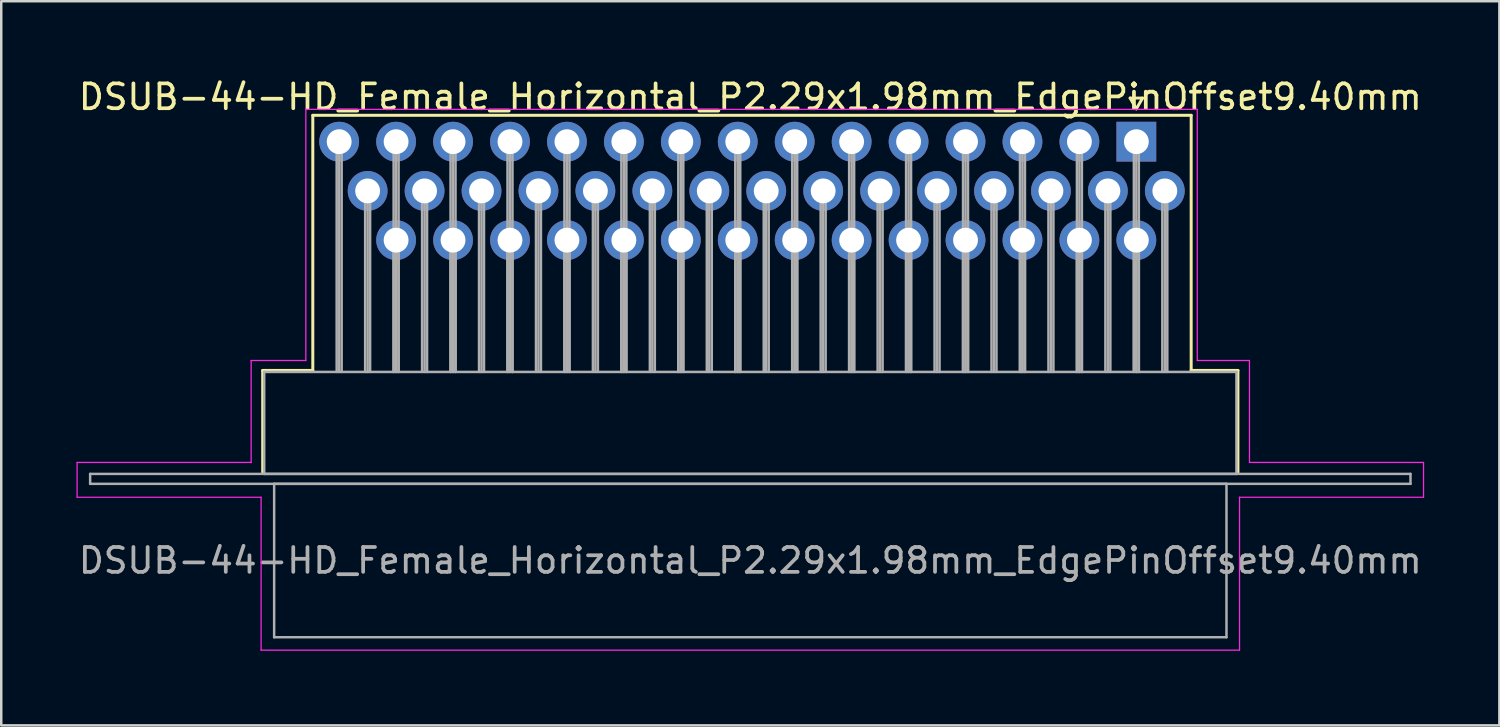
<source format=kicad_pcb>
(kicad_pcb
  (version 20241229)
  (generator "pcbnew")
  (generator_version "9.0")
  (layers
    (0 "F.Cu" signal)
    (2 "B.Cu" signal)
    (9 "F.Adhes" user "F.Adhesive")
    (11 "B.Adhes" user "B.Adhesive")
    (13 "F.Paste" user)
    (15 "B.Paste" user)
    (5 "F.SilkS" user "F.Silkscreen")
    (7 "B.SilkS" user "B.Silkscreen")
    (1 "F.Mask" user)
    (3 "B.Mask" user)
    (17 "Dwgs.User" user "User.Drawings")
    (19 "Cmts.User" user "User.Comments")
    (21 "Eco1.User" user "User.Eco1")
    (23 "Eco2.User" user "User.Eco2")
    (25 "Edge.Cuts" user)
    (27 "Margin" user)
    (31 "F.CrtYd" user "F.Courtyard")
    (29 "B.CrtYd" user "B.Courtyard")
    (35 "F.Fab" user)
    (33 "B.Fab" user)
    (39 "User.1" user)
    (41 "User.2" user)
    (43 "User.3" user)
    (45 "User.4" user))
  (footprint "DSUB-44-HD_Female_Horizontal_P2.29x1.98mm_EdgePinOffset9.40mm"
    (layer "F.Cu")
    (at 42.65 2.648)
    (property "Reference" "DSUB-44-HD_Female_Horizontal_P2.29x1.98mm_EdgePinOffset9.40mm" (at -15.525 -1.8 0) (layer "F.SilkS") (effects (font (size 1 1) (thickness 0.15))))
    (attr through_hole)
    (fp_line (start -35.135 9.2) (end -33.12 9.2) (stroke (width 0.12) (type solid)) (layer "F.SilkS"))
    (fp_line (start -35.135 13.3) (end -35.135 9.2) (stroke (width 0.12) (type solid)) (layer "F.SilkS"))
    (fp_line (start -33.12 -1.06) (end 2.205 -1.06) (stroke (width 0.12) (type solid)) (layer "F.SilkS"))
    (fp_line (start -33.12 9.2) (end -33.12 -1.06) (stroke (width 0.12) (type solid)) (layer "F.SilkS"))
    (fp_line (start -0.25 -1.754) (end 0.25 -1.754) (stroke (width 0.12) (type solid)) (layer "F.SilkS"))
    (fp_line (start 0 -1.321) (end -0.25 -1.754) (stroke (width 0.12) (type solid)) (layer "F.SilkS"))
    (fp_line (start 0.25 -1.754) (end 0 -1.321) (stroke (width 0.12) (type solid)) (layer "F.SilkS"))
    (fp_line (start 2.205 -1.06) (end 2.205 9.2) (stroke (width 0.12) (type solid)) (layer "F.SilkS"))
    (fp_line (start 2.205 9.2) (end 4.085 9.2) (stroke (width 0.12) (type solid)) (layer "F.SilkS"))
    (fp_line (start 4.085 9.2) (end 4.085 13.3) (stroke (width 0.12) (type solid)) (layer "F.SilkS"))
    (fp_line (start -42.6 12.9) (end -35.6 12.9) (stroke (width 0.05) (type solid)) (layer "F.CrtYd"))
    (fp_line (start -42.6 14.3) (end -42.6 12.9) (stroke (width 0.05) (type solid)) (layer "F.CrtYd"))
    (fp_line (start -35.6 8.8) (end -33.4 8.8) (stroke (width 0.05) (type solid)) (layer "F.CrtYd"))
    (fp_line (start -35.6 12.9) (end -35.6 8.8) (stroke (width 0.05) (type solid)) (layer "F.CrtYd"))
    (fp_line (start -35.2 14.3) (end -42.6 14.3) (stroke (width 0.05) (type solid)) (layer "F.CrtYd"))
    (fp_line (start -35.2 20.45) (end -35.2 14.3) (stroke (width 0.05) (type solid)) (layer "F.CrtYd"))
    (fp_line (start -33.4 -1.3) (end 2.45 -1.3) (stroke (width 0.05) (type solid)) (layer "F.CrtYd"))
    (fp_line (start -33.4 8.8) (end -33.4 -1.3) (stroke (width 0.05) (type solid)) (layer "F.CrtYd"))
    (fp_line (start 2.45 -1.3) (end 2.45 8.8) (stroke (width 0.05) (type solid)) (layer "F.CrtYd"))
    (fp_line (start 2.45 8.8) (end 4.55 8.8) (stroke (width 0.05) (type solid)) (layer "F.CrtYd"))
    (fp_line (start 4.15 14.3) (end 4.15 20.45) (stroke (width 0.05) (type solid)) (layer "F.CrtYd"))
    (fp_line (start 4.15 20.45) (end -35.2 20.45) (stroke (width 0.05) (type solid)) (layer "F.CrtYd"))
    (fp_line (start 4.55 8.8) (end 4.55 12.9) (stroke (width 0.05) (type solid)) (layer "F.CrtYd"))
    (fp_line (start 4.55 12.9) (end 11.55 12.9) (stroke (width 0.05) (type solid)) (layer "F.CrtYd"))
    (fp_line (start 11.55 12.9) (end 11.55 14.3) (stroke (width 0.05) (type solid)) (layer "F.CrtYd"))
    (fp_line (start 11.55 14.3) (end 4.15 14.3) (stroke (width 0.05) (type solid)) (layer "F.CrtYd"))
    (fp_line (start -42.075 13.36) (end -42.075 13.76) (stroke (width 0.1) (type solid)) (layer "F.Fab"))
    (fp_line (start -42.075 13.76) (end 11.025 13.76) (stroke (width 0.1) (type solid)) (layer "F.Fab"))
    (fp_line (start -35.075 9.26) (end -35.075 13.36) (stroke (width 0.1) (type solid)) (layer "F.Fab"))
    (fp_line (start -35.075 13.36) (end 4.025 13.36) (stroke (width 0.1) (type solid)) (layer "F.Fab"))
    (fp_line (start -34.675 13.76) (end -34.675 19.93) (stroke (width 0.1) (type solid)) (layer "F.Fab"))
    (fp_line (start -34.675 19.93) (end 3.625 19.93) (stroke (width 0.1) (type solid)) (layer "F.Fab"))
    (fp_line (start -32.16 0) (end -32.16 9.26) (stroke (width 0.1) (type solid)) (layer "F.Fab"))
    (fp_line (start -32.06 0) (end -32.06 9.26) (stroke (width 0.1) (type solid)) (layer "F.Fab"))
    (fp_line (start -31.96 0) (end -31.96 9.26) (stroke (width 0.1) (type solid)) (layer "F.Fab"))
    (fp_line (start -31.015 1.98) (end -31.015 9.26) (stroke (width 0.1) (type solid)) (layer "F.Fab"))
    (fp_line (start -30.915 1.98) (end -30.915 9.26) (stroke (width 0.1) (type solid)) (layer "F.Fab"))
    (fp_line (start -30.815 1.98) (end -30.815 9.26) (stroke (width 0.1) (type solid)) (layer "F.Fab"))
    (fp_line (start -29.87 0) (end -29.87 9.26) (stroke (width 0.1) (type solid)) (layer "F.Fab"))
    (fp_line (start -29.87 3.96) (end -29.87 9.26) (stroke (width 0.1) (type solid)) (layer "F.Fab"))
    (fp_line (start -29.77 0) (end -29.77 9.26) (stroke (width 0.1) (type solid)) (layer "F.Fab"))
    (fp_line (start -29.77 3.96) (end -29.77 9.26) (stroke (width 0.1) (type solid)) (layer "F.Fab"))
    (fp_line (start -29.67 0) (end -29.67 9.26) (stroke (width 0.1) (type solid)) (layer "F.Fab"))
    (fp_line (start -29.67 3.96) (end -29.67 9.26) (stroke (width 0.1) (type solid)) (layer "F.Fab"))
    (fp_line (start -28.725 1.98) (end -28.725 9.26) (stroke (width 0.1) (type solid)) (layer "F.Fab"))
    (fp_line (start -28.625 1.98) (end -28.625 9.26) (stroke (width 0.1) (type solid)) (layer "F.Fab"))
    (fp_line (start -28.525 1.98) (end -28.525 9.26) (stroke (width 0.1) (type solid)) (layer "F.Fab"))
    (fp_line (start -27.58 0) (end -27.58 9.26) (stroke (width 0.1) (type solid)) (layer "F.Fab"))
    (fp_line (start -27.58 3.96) (end -27.58 9.26) (stroke (width 0.1) (type solid)) (layer "F.Fab"))
    (fp_line (start -27.48 0) (end -27.48 9.26) (stroke (width 0.1) (type solid)) (layer "F.Fab"))
    (fp_line (start -27.48 3.96) (end -27.48 9.26) (stroke (width 0.1) (type solid)) (layer "F.Fab"))
    (fp_line (start -27.38 0) (end -27.38 9.26) (stroke (width 0.1) (type solid)) (layer "F.Fab"))
    (fp_line (start -27.38 3.96) (end -27.38 9.26) (stroke (width 0.1) (type solid)) (layer "F.Fab"))
    (fp_line (start -26.435 1.98) (end -26.435 9.26) (stroke (width 0.1) (type solid)) (layer "F.Fab"))
    (fp_line (start -26.335 1.98) (end -26.335 9.26) (stroke (width 0.1) (type solid)) (layer "F.Fab"))
    (fp_line (start -26.235 1.98) (end -26.235 9.26) (stroke (width 0.1) (type solid)) (layer "F.Fab"))
    (fp_line (start -25.29 0) (end -25.29 9.26) (stroke (width 0.1) (type solid)) (layer "F.Fab"))
    (fp_line (start -25.29 3.96) (end -25.29 9.26) (stroke (width 0.1) (type solid)) (layer "F.Fab"))
    (fp_line (start -25.19 0) (end -25.19 9.26) (stroke (width 0.1) (type solid)) (layer "F.Fab"))
    (fp_line (start -25.19 3.96) (end -25.19 9.26) (stroke (width 0.1) (type solid)) (layer "F.Fab"))
    (fp_line (start -25.09 0) (end -25.09 9.26) (stroke (width 0.1) (type solid)) (layer "F.Fab"))
    (fp_line (start -25.09 3.96) (end -25.09 9.26) (stroke (width 0.1) (type solid)) (layer "F.Fab"))
    (fp_line (start -24.145 1.98) (end -24.145 9.26) (stroke (width 0.1) (type solid)) (layer "F.Fab"))
    (fp_line (start -24.045 1.98) (end -24.045 9.26) (stroke (width 0.1) (type solid)) (layer "F.Fab"))
    (fp_line (start -23.945 1.98) (end -23.945 9.26) (stroke (width 0.1) (type solid)) (layer "F.Fab"))
    (fp_line (start -23 0) (end -23 9.26) (stroke (width 0.1) (type solid)) (layer "F.Fab"))
    (fp_line (start -23 3.96) (end -23 9.26) (stroke (width 0.1) (type solid)) (layer "F.Fab"))
    (fp_line (start -22.9 0) (end -22.9 9.26) (stroke (width 0.1) (type solid)) (layer "F.Fab"))
    (fp_line (start -22.9 3.96) (end -22.9 9.26) (stroke (width 0.1) (type solid)) (layer "F.Fab"))
    (fp_line (start -22.8 0) (end -22.8 9.26) (stroke (width 0.1) (type solid)) (layer "F.Fab"))
    (fp_line (start -22.8 3.96) (end -22.8 9.26) (stroke (width 0.1) (type solid)) (layer "F.Fab"))
    (fp_line (start -21.855 1.98) (end -21.855 9.26) (stroke (width 0.1) (type solid)) (layer "F.Fab"))
    (fp_line (start -21.755 1.98) (end -21.755 9.26) (stroke (width 0.1) (type solid)) (layer "F.Fab"))
    (fp_line (start -21.655 1.98) (end -21.655 9.26) (stroke (width 0.1) (type solid)) (layer "F.Fab"))
    (fp_line (start -20.71 0) (end -20.71 9.26) (stroke (width 0.1) (type solid)) (layer "F.Fab"))
    (fp_line (start -20.71 3.96) (end -20.71 9.26) (stroke (width 0.1) (type solid)) (layer "F.Fab"))
    (fp_line (start -20.61 0) (end -20.61 9.26) (stroke (width 0.1) (type solid)) (layer "F.Fab"))
    (fp_line (start -20.61 3.96) (end -20.61 9.26) (stroke (width 0.1) (type solid)) (layer "F.Fab"))
    (fp_line (start -20.51 0) (end -20.51 9.26) (stroke (width 0.1) (type solid)) (layer "F.Fab"))
    (fp_line (start -20.51 3.96) (end -20.51 9.26) (stroke (width 0.1) (type solid)) (layer "F.Fab"))
    (fp_line (start -19.565 1.98) (end -19.565 9.26) (stroke (width 0.1) (type solid)) (layer "F.Fab"))
    (fp_line (start -19.465 1.98) (end -19.465 9.26) (stroke (width 0.1) (type solid)) (layer "F.Fab"))
    (fp_line (start -19.365 1.98) (end -19.365 9.26) (stroke (width 0.1) (type solid)) (layer "F.Fab"))
    (fp_line (start -18.42 0) (end -18.42 9.26) (stroke (width 0.1) (type solid)) (layer "F.Fab"))
    (fp_line (start -18.42 3.96) (end -18.42 9.26) (stroke (width 0.1) (type solid)) (layer "F.Fab"))
    (fp_line (start -18.32 0) (end -18.32 9.26) (stroke (width 0.1) (type solid)) (layer "F.Fab"))
    (fp_line (start -18.32 3.96) (end -18.32 9.26) (stroke (width 0.1) (type solid)) (layer "F.Fab"))
    (fp_line (start -18.22 0) (end -18.22 9.26) (stroke (width 0.1) (type solid)) (layer "F.Fab"))
    (fp_line (start -18.22 3.96) (end -18.22 9.26) (stroke (width 0.1) (type solid)) (layer "F.Fab"))
    (fp_line (start -17.275 1.98) (end -17.275 9.26) (stroke (width 0.1) (type solid)) (layer "F.Fab"))
    (fp_line (start -17.175 1.98) (end -17.175 9.26) (stroke (width 0.1) (type solid)) (layer "F.Fab"))
    (fp_line (start -17.075 1.98) (end -17.075 9.26) (stroke (width 0.1) (type solid)) (layer "F.Fab"))
    (fp_line (start -16.13 0) (end -16.13 9.26) (stroke (width 0.1) (type solid)) (layer "F.Fab"))
    (fp_line (start -16.13 3.96) (end -16.13 9.26) (stroke (width 0.1) (type solid)) (layer "F.Fab"))
    (fp_line (start -16.03 0) (end -16.03 9.26) (stroke (width 0.1) (type solid)) (layer "F.Fab"))
    (fp_line (start -16.03 3.96) (end -16.03 9.26) (stroke (width 0.1) (type solid)) (layer "F.Fab"))
    (fp_line (start -15.93 0) (end -15.93 9.26) (stroke (width 0.1) (type solid)) (layer "F.Fab"))
    (fp_line (start -15.93 3.96) (end -15.93 9.26) (stroke (width 0.1) (type solid)) (layer "F.Fab"))
    (fp_line (start -14.985 1.98) (end -14.985 9.26) (stroke (width 0.1) (type solid)) (layer "F.Fab"))
    (fp_line (start -14.885 1.98) (end -14.885 9.26) (stroke (width 0.1) (type solid)) (layer "F.Fab"))
    (fp_line (start -14.785 1.98) (end -14.785 9.26) (stroke (width 0.1) (type solid)) (layer "F.Fab"))
    (fp_line (start -13.84 0) (end -13.84 9.26) (stroke (width 0.1) (type solid)) (layer "F.Fab"))
    (fp_line (start -13.84 3.96) (end -13.84 9.26) (stroke (width 0.1) (type solid)) (layer "F.Fab"))
    (fp_line (start -13.74 0) (end -13.74 9.26) (stroke (width 0.1) (type solid)) (layer "F.Fab"))
    (fp_line (start -13.74 3.96) (end -13.74 9.26) (stroke (width 0.1) (type solid)) (layer "F.Fab"))
    (fp_line (start -13.64 0) (end -13.64 9.26) (stroke (width 0.1) (type solid)) (layer "F.Fab"))
    (fp_line (start -13.64 3.96) (end -13.64 9.26) (stroke (width 0.1) (type solid)) (layer "F.Fab"))
    (fp_line (start -12.695 1.98) (end -12.695 9.26) (stroke (width 0.1) (type solid)) (layer "F.Fab"))
    (fp_line (start -12.595 1.98) (end -12.595 9.26) (stroke (width 0.1) (type solid)) (layer "F.Fab"))
    (fp_line (start -12.495 1.98) (end -12.495 9.26) (stroke (width 0.1) (type solid)) (layer "F.Fab"))
    (fp_line (start -11.55 0) (end -11.55 9.26) (stroke (width 0.1) (type solid)) (layer "F.Fab"))
    (fp_line (start -11.55 3.96) (end -11.55 9.26) (stroke (width 0.1) (type solid)) (layer "F.Fab"))
    (fp_line (start -11.45 0) (end -11.45 9.26) (stroke (width 0.1) (type solid)) (layer "F.Fab"))
    (fp_line (start -11.45 3.96) (end -11.45 9.26) (stroke (width 0.1) (type solid)) (layer "F.Fab"))
    (fp_line (start -11.35 0) (end -11.35 9.26) (stroke (width 0.1) (type solid)) (layer "F.Fab"))
    (fp_line (start -11.35 3.96) (end -11.35 9.26) (stroke (width 0.1) (type solid)) (layer "F.Fab"))
    (fp_line (start -10.405 1.98) (end -10.405 9.26) (stroke (width 0.1) (type solid)) (layer "F.Fab"))
    (fp_line (start -10.305 1.98) (end -10.305 9.26) (stroke (width 0.1) (type solid)) (layer "F.Fab"))
    (fp_line (start -10.205 1.98) (end -10.205 9.26) (stroke (width 0.1) (type solid)) (layer "F.Fab"))
    (fp_line (start -9.26 0) (end -9.26 9.26) (stroke (width 0.1) (type solid)) (layer "F.Fab"))
    (fp_line (start -9.26 3.96) (end -9.26 9.26) (stroke (width 0.1) (type solid)) (layer "F.Fab"))
    (fp_line (start -9.16 0) (end -9.16 9.26) (stroke (width 0.1) (type solid)) (layer "F.Fab"))
    (fp_line (start -9.16 3.96) (end -9.16 9.26) (stroke (width 0.1) (type solid)) (layer "F.Fab"))
    (fp_line (start -9.06 0) (end -9.06 9.26) (stroke (width 0.1) (type solid)) (layer "F.Fab"))
    (fp_line (start -9.06 3.96) (end -9.06 9.26) (stroke (width 0.1) (type solid)) (layer "F.Fab"))
    (fp_line (start -8.115 1.98) (end -8.115 9.26) (stroke (width 0.1) (type solid)) (layer "F.Fab"))
    (fp_line (start -8.015 1.98) (end -8.015 9.26) (stroke (width 0.1) (type solid)) (layer "F.Fab"))
    (fp_line (start -7.915 1.98) (end -7.915 9.26) (stroke (width 0.1) (type solid)) (layer "F.Fab"))
    (fp_line (start -6.97 0) (end -6.97 9.26) (stroke (width 0.1) (type solid)) (layer "F.Fab"))
    (fp_line (start -6.97 3.96) (end -6.97 9.26) (stroke (width 0.1) (type solid)) (layer "F.Fab"))
    (fp_line (start -6.87 0) (end -6.87 9.26) (stroke (width 0.1) (type solid)) (layer "F.Fab"))
    (fp_line (start -6.87 3.96) (end -6.87 9.26) (stroke (width 0.1) (type solid)) (layer "F.Fab"))
    (fp_line (start -6.77 0) (end -6.77 9.26) (stroke (width 0.1) (type solid)) (layer "F.Fab"))
    (fp_line (start -6.77 3.96) (end -6.77 9.26) (stroke (width 0.1) (type solid)) (layer "F.Fab"))
    (fp_line (start -5.825 1.98) (end -5.825 9.26) (stroke (width 0.1) (type solid)) (layer "F.Fab"))
    (fp_line (start -5.725 1.98) (end -5.725 9.26) (stroke (width 0.1) (type solid)) (layer "F.Fab"))
    (fp_line (start -5.625 1.98) (end -5.625 9.26) (stroke (width 0.1) (type solid)) (layer "F.Fab"))
    (fp_line (start -4.68 0) (end -4.68 9.26) (stroke (width 0.1) (type solid)) (layer "F.Fab"))
    (fp_line (start -4.68 3.96) (end -4.68 9.26) (stroke (width 0.1) (type solid)) (layer "F.Fab"))
    (fp_line (start -4.58 0) (end -4.58 9.26) (stroke (width 0.1) (type solid)) (layer "F.Fab"))
    (fp_line (start -4.58 3.96) (end -4.58 9.26) (stroke (width 0.1) (type solid)) (layer "F.Fab"))
    (fp_line (start -4.48 0) (end -4.48 9.26) (stroke (width 0.1) (type solid)) (layer "F.Fab"))
    (fp_line (start -4.48 3.96) (end -4.48 9.26) (stroke (width 0.1) (type solid)) (layer "F.Fab"))
    (fp_line (start -3.535 1.98) (end -3.535 9.26) (stroke (width 0.1) (type solid)) (layer "F.Fab"))
    (fp_line (start -3.435 1.98) (end -3.435 9.26) (stroke (width 0.1) (type solid)) (layer "F.Fab"))
    (fp_line (start -3.335 1.98) (end -3.335 9.26) (stroke (width 0.1) (type solid)) (layer "F.Fab"))
    (fp_line (start -2.39 0) (end -2.39 9.26) (stroke (width 0.1) (type solid)) (layer "F.Fab"))
    (fp_line (start -2.39 3.96) (end -2.39 9.26) (stroke (width 0.1) (type solid)) (layer "F.Fab"))
    (fp_line (start -2.29 0) (end -2.29 9.26) (stroke (width 0.1) (type solid)) (layer "F.Fab"))
    (fp_line (start -2.29 3.96) (end -2.29 9.26) (stroke (width 0.1) (type solid)) (layer "F.Fab"))
    (fp_line (start -2.19 0) (end -2.19 9.26) (stroke (width 0.1) (type solid)) (layer "F.Fab"))
    (fp_line (start -2.19 3.96) (end -2.19 9.26) (stroke (width 0.1) (type solid)) (layer "F.Fab"))
    (fp_line (start -1.245 1.98) (end -1.245 9.26) (stroke (width 0.1) (type solid)) (layer "F.Fab"))
    (fp_line (start -1.145 1.98) (end -1.145 9.26) (stroke (width 0.1) (type solid)) (layer "F.Fab"))
    (fp_line (start -1.045 1.98) (end -1.045 9.26) (stroke (width 0.1) (type solid)) (layer "F.Fab"))
    (fp_line (start -0.1 0) (end -0.1 9.26) (stroke (width 0.1) (type solid)) (layer "F.Fab"))
    (fp_line (start -0.1 3.96) (end -0.1 9.26) (stroke (width 0.1) (type solid)) (layer "F.Fab"))
    (fp_line (start 0 0) (end 0 9.26) (stroke (width 0.1) (type solid)) (layer "F.Fab"))
    (fp_line (start 0 3.96) (end 0 9.26) (stroke (width 0.1) (type solid)) (layer "F.Fab"))
    (fp_line (start 0.1 0) (end 0.1 9.26) (stroke (width 0.1) (type solid)) (layer "F.Fab"))
    (fp_line (start 0.1 3.96) (end 0.1 9.26) (stroke (width 0.1) (type solid)) (layer "F.Fab"))
    (fp_line (start 1.045 1.98) (end 1.045 9.26) (stroke (width 0.1) (type solid)) (layer "F.Fab"))
    (fp_line (start 1.145 1.98) (end 1.145 9.26) (stroke (width 0.1) (type solid)) (layer "F.Fab"))
    (fp_line (start 1.245 1.98) (end 1.245 9.26) (stroke (width 0.1) (type solid)) (layer "F.Fab"))
    (fp_line (start 3.625 13.76) (end -34.675 13.76) (stroke (width 0.1) (type solid)) (layer "F.Fab"))
    (fp_line (start 3.625 19.93) (end 3.625 13.76) (stroke (width 0.1) (type solid)) (layer "F.Fab"))
    (fp_line (start 4.025 9.26) (end -35.075 9.26) (stroke (width 0.1) (type solid)) (layer "F.Fab"))
    (fp_line (start 4.025 13.36) (end 4.025 9.26) (stroke (width 0.1) (type solid)) (layer "F.Fab"))
    (fp_line (start 11.025 13.36) (end -42.075 13.36) (stroke (width 0.1) (type solid)) (layer "F.Fab"))
    (fp_line (start 11.025 13.76) (end 11.025 13.36) (stroke (width 0.1) (type solid)) (layer "F.Fab"))
    (fp_text user "${REFERENCE}" (at -15.525 16.845 0) (layer "F.Fab") (effects (font (size 1 1) (thickness 0.15))))
    (pad "1" thru_hole rect (at 0 0) (size 1.6 1.6) (drill 1) (layers "*.Cu" "*.Mask"))
    (pad "2" thru_hole circle (at -2.29 0) (size 1.6 1.6) (drill 1) (layers "*.Cu" "*.Mask"))
    (pad "3" thru_hole circle (at -4.58 0) (size 1.6 1.6) (drill 1) (layers "*.Cu" "*.Mask"))
    (pad "4" thru_hole circle (at -6.87 0) (size 1.6 1.6) (drill 1) (layers "*.Cu" "*.Mask"))
    (pad "5" thru_hole circle (at -9.16 0) (size 1.6 1.6) (drill 1) (layers "*.Cu" "*.Mask"))
    (pad "6" thru_hole circle (at -11.45 0) (size 1.6 1.6) (drill 1) (layers "*.Cu" "*.Mask"))
    (pad "7" thru_hole circle (at -13.74 0) (size 1.6 1.6) (drill 1) (layers "*.Cu" "*.Mask"))
    (pad "8" thru_hole circle (at -16.03 0) (size 1.6 1.6) (drill 1) (layers "*.Cu" "*.Mask"))
    (pad "9" thru_hole circle (at -18.32 0) (size 1.6 1.6) (drill 1) (layers "*.Cu" "*.Mask"))
    (pad "10" thru_hole circle (at -20.61 0) (size 1.6 1.6) (drill 1) (layers "*.Cu" "*.Mask"))
    (pad "11" thru_hole circle (at -22.9 0) (size 1.6 1.6) (drill 1) (layers "*.Cu" "*.Mask"))
    (pad "12" thru_hole circle (at -25.19 0) (size 1.6 1.6) (drill 1) (layers "*.Cu" "*.Mask"))
    (pad "13" thru_hole circle (at -27.48 0) (size 1.6 1.6) (drill 1) (layers "*.Cu" "*.Mask"))
    (pad "14" thru_hole circle (at -29.77 0) (size 1.6 1.6) (drill 1) (layers "*.Cu" "*.Mask"))
    (pad "15" thru_hole circle (at -32.06 0) (size 1.6 1.6) (drill 1) (layers "*.Cu" "*.Mask"))
    (pad "16" thru_hole circle (at 1.145 1.98) (size 1.6 1.6) (drill 1) (layers "*.Cu" "*.Mask"))
    (pad "17" thru_hole circle (at -1.145 1.98) (size 1.6 1.6) (drill 1) (layers "*.Cu" "*.Mask"))
    (pad "18" thru_hole circle (at -3.435 1.98) (size 1.6 1.6) (drill 1) (layers "*.Cu" "*.Mask"))
    (pad "19" thru_hole circle (at -5.725 1.98) (size 1.6 1.6) (drill 1) (layers "*.Cu" "*.Mask"))
    (pad "20" thru_hole circle (at -8.015 1.98) (size 1.6 1.6) (drill 1) (layers "*.Cu" "*.Mask"))
    (pad "21" thru_hole circle (at -10.305 1.98) (size 1.6 1.6) (drill 1) (layers "*.Cu" "*.Mask"))
    (pad "22" thru_hole circle (at -12.595 1.98) (size 1.6 1.6) (drill 1) (layers "*.Cu" "*.Mask"))
    (pad "23" thru_hole circle (at -14.885 1.98) (size 1.6 1.6) (drill 1) (layers "*.Cu" "*.Mask"))
    (pad "24" thru_hole circle (at -17.175 1.98) (size 1.6 1.6) (drill 1) (layers "*.Cu" "*.Mask"))
    (pad "25" thru_hole circle (at -19.465 1.98) (size 1.6 1.6) (drill 1) (layers "*.Cu" "*.Mask"))
    (pad "26" thru_hole circle (at -21.755 1.98) (size 1.6 1.6) (drill 1) (layers "*.Cu" "*.Mask"))
    (pad "27" thru_hole circle (at -24.045 1.98) (size 1.6 1.6) (drill 1) (layers "*.Cu" "*.Mask"))
    (pad "28" thru_hole circle (at -26.335 1.98) (size 1.6 1.6) (drill 1) (layers "*.Cu" "*.Mask"))
    (pad "29" thru_hole circle (at -28.625 1.98) (size 1.6 1.6) (drill 1) (layers "*.Cu" "*.Mask"))
    (pad "30" thru_hole circle (at -30.915 1.98) (size 1.6 1.6) (drill 1) (layers "*.Cu" "*.Mask"))
    (pad "31" thru_hole circle (at 0 3.96) (size 1.6 1.6) (drill 1) (layers "*.Cu" "*.Mask"))
    (pad "32" thru_hole circle (at -2.29 3.96) (size 1.6 1.6) (drill 1) (layers "*.Cu" "*.Mask"))
    (pad "33" thru_hole circle (at -4.58 3.96) (size 1.6 1.6) (drill 1) (layers "*.Cu" "*.Mask"))
    (pad "34" thru_hole circle (at -6.87 3.96) (size 1.6 1.6) (drill 1) (layers "*.Cu" "*.Mask"))
    (pad "35" thru_hole circle (at -9.16 3.96) (size 1.6 1.6) (drill 1) (layers "*.Cu" "*.Mask"))
    (pad "36" thru_hole circle (at -11.45 3.96) (size 1.6 1.6) (drill 1) (layers "*.Cu" "*.Mask"))
    (pad "37" thru_hole circle (at -13.74 3.96) (size 1.6 1.6) (drill 1) (layers "*.Cu" "*.Mask"))
    (pad "38" thru_hole circle (at -16.03 3.96) (size 1.6 1.6) (drill 1) (layers "*.Cu" "*.Mask"))
    (pad "39" thru_hole circle (at -18.32 3.96) (size 1.6 1.6) (drill 1) (layers "*.Cu" "*.Mask"))
    (pad "40" thru_hole circle (at -20.61 3.96) (size 1.6 1.6) (drill 1) (layers "*.Cu" "*.Mask"))
    (pad "41" thru_hole circle (at -22.9 3.96) (size 1.6 1.6) (drill 1) (layers "*.Cu" "*.Mask"))
    (pad "42" thru_hole circle (at -25.19 3.96) (size 1.6 1.6) (drill 1) (layers "*.Cu" "*.Mask"))
    (pad "43" thru_hole circle (at -27.48 3.96) (size 1.6 1.6) (drill 1) (layers "*.Cu" "*.Mask"))
    (pad "44" thru_hole circle (at -29.77 3.96) (size 1.6 1.6) (drill 1) (layers "*.Cu" "*.Mask")))
  (gr_rect
    (start -3 -3)
    (end 57.25 26.123)
    (stroke (width 0.1) (type default))
    (fill no)
    (layer "Edge.Cuts")))
</source>
